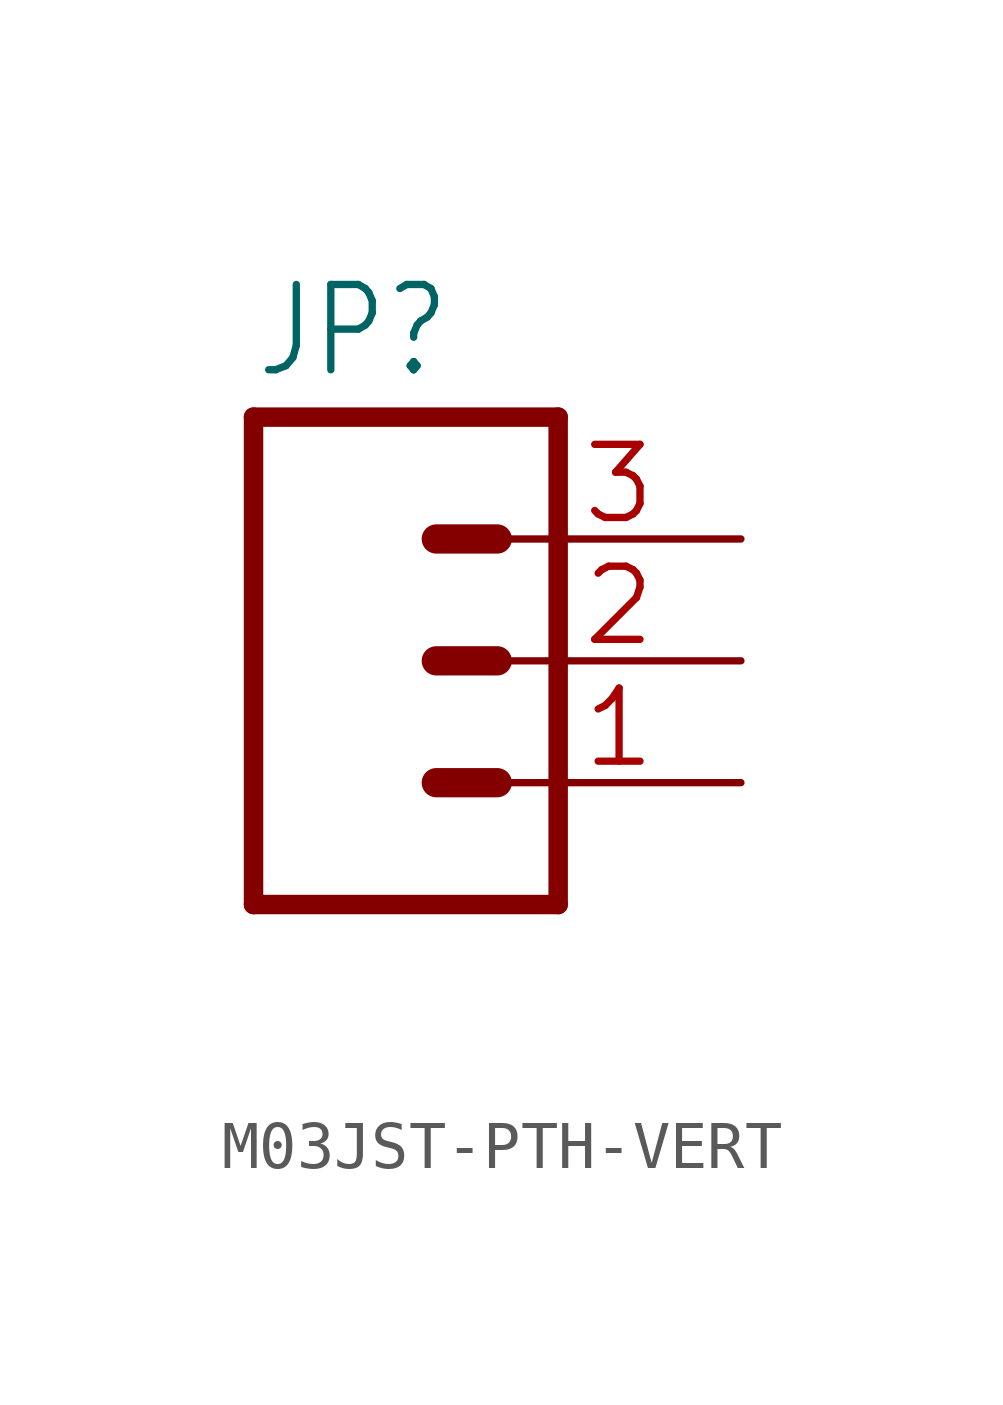
<source format=kicad_sym>
(kicad_symbol_lib
  (version 20241209)
  (generator "kicad_symbol_editor")
  (generator_version "9.0")
  (symbol "M03JST-PTH-VERT"
    (property "Reference" "JP"
      (at -2.54 5.842 0)
      (effects (font (size 1.778 1.511)) (justify left bottom)))
    (property "Value" ""
      (at -2.54 -7.62 0)
      (effects (font (size 1.778 1.511)) (justify left bottom)))
    (property "ki_locked" ""
      (at 0 0 0)
      (effects (font (size 1.27 1.27))))
    (symbol "M03JST-PTH-VERT_1_0"
      (polyline (pts (xy -2.54 5.08) (xy -2.54 -5.08)) (stroke (width 0.406) (type solid)) (fill (type none)))
      (polyline (pts (xy -2.54 5.08) (xy 3.81 5.08)) (stroke (width 0.406) (type solid)) (fill (type none)))
      (polyline (pts (xy 1.27 2.54) (xy 2.54 2.54)) (stroke (width 0.61) (type solid)) (fill (type none)))
      (polyline (pts (xy 1.27 0) (xy 2.54 0)) (stroke (width 0.61) (type solid)) (fill (type none)))
      (polyline (pts (xy 1.27 -2.54) (xy 2.54 -2.54)) (stroke (width 0.61) (type solid)) (fill (type none)))
      (polyline (pts (xy 3.81 -5.08) (xy -2.54 -5.08)) (stroke (width 0.406) (type solid)) (fill (type none)))
      (polyline (pts (xy 3.81 -5.08) (xy 3.81 5.08)) (stroke (width 0.406) (type solid)) (fill (type none)))
      (pin passive line (at 7.62 2.54 180) (length 5.08) (name "3" (effects (font (size 0 0)))) (number "3" (effects (font (size 1.524 1.524)))))
      (pin passive line (at 7.62 0 180) (length 5.08) (name "2" (effects (font (size 0 0)))) (number "2" (effects (font (size 1.524 1.524)))))
      (pin passive line (at 7.62 -2.54 180) (length 5.08) (name "1" (effects (font (size 0 0)))) (number "1" (effects (font (size 1.524 1.524))))))))
</source>
